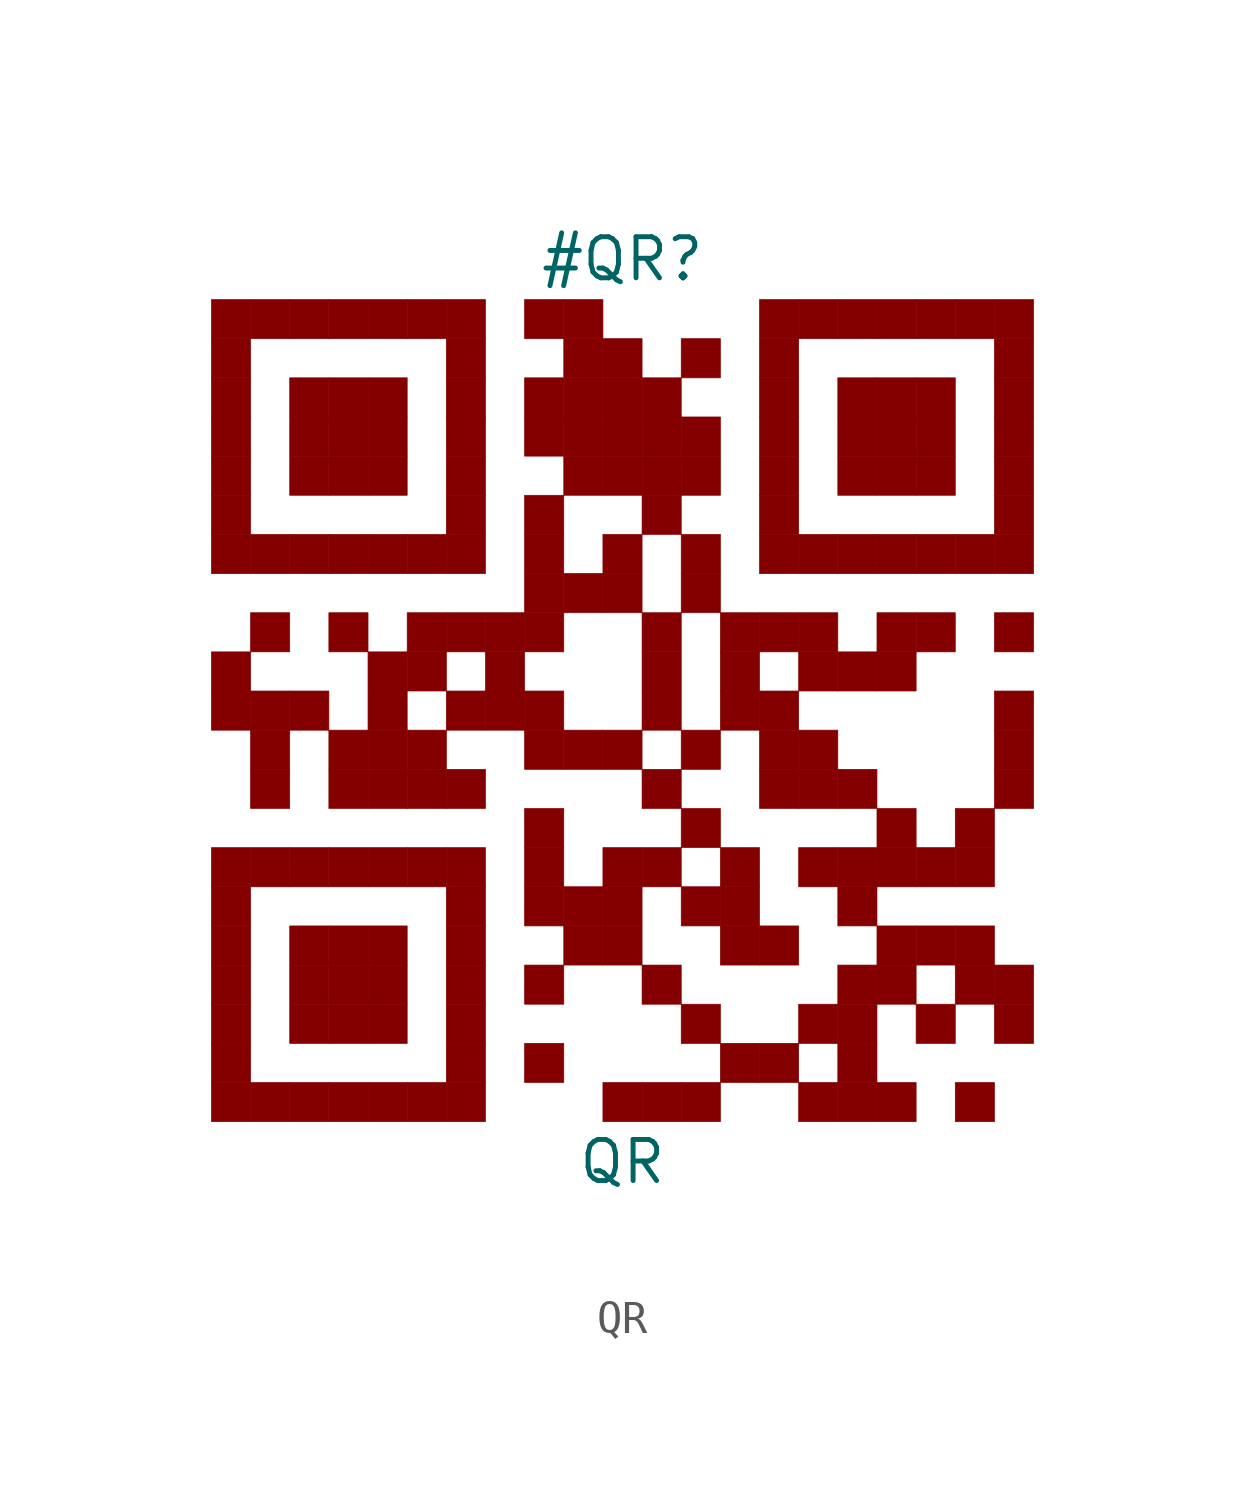
<source format=kicad_sym>
(kicad_symbol_lib
  (version 20211014)
  (generator kibot)
  (symbol "QR"
    (pin_numbers hide)
    (pin_names hide)
    (property "Reference" "#QR"
      (at 0 13.95 0))
    (property "Value" "QR"
      (at 0 -13.95 0))
    (rectangle
      (start -12.7 12.7)
      (end -11.49 11.49)
      (stroke (width 0.001) (type default) (color 0 0 0 0))
      (fill (type outline)))
    (rectangle
      (start -11.49 12.7)
      (end -10.28 11.49)
      (stroke (width 0.001) (type default) (color 0 0 0 0))
      (fill (type outline)))
    (rectangle
      (start -10.28 12.7)
      (end -9.07 11.49)
      (stroke (width 0.001) (type default) (color 0 0 0 0))
      (fill (type outline)))
    (rectangle
      (start -9.07 12.7)
      (end -7.86 11.49)
      (stroke (width 0.001) (type default) (color 0 0 0 0))
      (fill (type outline)))
    (rectangle
      (start -7.86 12.7)
      (end -6.65 11.49)
      (stroke (width 0.001) (type default) (color 0 0 0 0))
      (fill (type outline)))
    (rectangle
      (start -6.65 12.7)
      (end -5.44 11.49)
      (stroke (width 0.001) (type default) (color 0 0 0 0))
      (fill (type outline)))
    (rectangle
      (start -5.44 12.7)
      (end -4.23 11.49)
      (stroke (width 0.001) (type default) (color 0 0 0 0))
      (fill (type outline)))
    (rectangle
      (start -3.02 12.7)
      (end -1.81 11.49)
      (stroke (width 0.001) (type default) (color 0 0 0 0))
      (fill (type outline)))
    (rectangle
      (start -1.81 12.7)
      (end -0.6 11.49)
      (stroke (width 0.001) (type default) (color 0 0 0 0))
      (fill (type outline)))
    (rectangle
      (start 4.24 12.7)
      (end 5.45 11.49)
      (stroke (width 0.001) (type default) (color 0 0 0 0))
      (fill (type outline)))
    (rectangle
      (start 5.45 12.7)
      (end 6.66 11.49)
      (stroke (width 0.001) (type default) (color 0 0 0 0))
      (fill (type outline)))
    (rectangle
      (start 6.66 12.7)
      (end 7.87 11.49)
      (stroke (width 0.001) (type default) (color 0 0 0 0))
      (fill (type outline)))
    (rectangle
      (start 7.87 12.7)
      (end 9.08 11.49)
      (stroke (width 0.001) (type default) (color 0 0 0 0))
      (fill (type outline)))
    (rectangle
      (start 9.08 12.7)
      (end 10.29 11.49)
      (stroke (width 0.001) (type default) (color 0 0 0 0))
      (fill (type outline)))
    (rectangle
      (start 10.29 12.7)
      (end 11.5 11.49)
      (stroke (width 0.001) (type default) (color 0 0 0 0))
      (fill (type outline)))
    (rectangle
      (start 11.5 12.7)
      (end 12.71 11.49)
      (stroke (width 0.001) (type default) (color 0 0 0 0))
      (fill (type outline)))
    (rectangle
      (start -12.7 11.49)
      (end -11.49 10.28)
      (stroke (width 0.001) (type default) (color 0 0 0 0))
      (fill (type outline)))
    (rectangle
      (start -5.44 11.49)
      (end -4.23 10.28)
      (stroke (width 0.001) (type default) (color 0 0 0 0))
      (fill (type outline)))
    (rectangle
      (start -1.81 11.49)
      (end -0.6 10.28)
      (stroke (width 0.001) (type default) (color 0 0 0 0))
      (fill (type outline)))
    (rectangle
      (start -0.6 11.49)
      (end 0.61 10.28)
      (stroke (width 0.001) (type default) (color 0 0 0 0))
      (fill (type outline)))
    (rectangle
      (start 1.82 11.49)
      (end 3.03 10.28)
      (stroke (width 0.001) (type default) (color 0 0 0 0))
      (fill (type outline)))
    (rectangle
      (start 4.24 11.49)
      (end 5.45 10.28)
      (stroke (width 0.001) (type default) (color 0 0 0 0))
      (fill (type outline)))
    (rectangle
      (start 11.5 11.49)
      (end 12.71 10.28)
      (stroke (width 0.001) (type default) (color 0 0 0 0))
      (fill (type outline)))
    (rectangle
      (start -12.7 10.28)
      (end -11.49 9.07)
      (stroke (width 0.001) (type default) (color 0 0 0 0))
      (fill (type outline)))
    (rectangle
      (start -10.28 10.28)
      (end -9.07 9.07)
      (stroke (width 0.001) (type default) (color 0 0 0 0))
      (fill (type outline)))
    (rectangle
      (start -9.07 10.28)
      (end -7.86 9.07)
      (stroke (width 0.001) (type default) (color 0 0 0 0))
      (fill (type outline)))
    (rectangle
      (start -7.86 10.28)
      (end -6.65 9.07)
      (stroke (width 0.001) (type default) (color 0 0 0 0))
      (fill (type outline)))
    (rectangle
      (start -5.44 10.28)
      (end -4.23 9.07)
      (stroke (width 0.001) (type default) (color 0 0 0 0))
      (fill (type outline)))
    (rectangle
      (start -3.02 10.28)
      (end -1.81 9.07)
      (stroke (width 0.001) (type default) (color 0 0 0 0))
      (fill (type outline)))
    (rectangle
      (start -1.81 10.28)
      (end -0.6 9.07)
      (stroke (width 0.001) (type default) (color 0 0 0 0))
      (fill (type outline)))
    (rectangle
      (start -0.6 10.28)
      (end 0.61 9.07)
      (stroke (width 0.001) (type default) (color 0 0 0 0))
      (fill (type outline)))
    (rectangle
      (start 0.61 10.28)
      (end 1.82 9.07)
      (stroke (width 0.001) (type default) (color 0 0 0 0))
      (fill (type outline)))
    (rectangle
      (start 4.24 10.28)
      (end 5.45 9.07)
      (stroke (width 0.001) (type default) (color 0 0 0 0))
      (fill (type outline)))
    (rectangle
      (start 6.66 10.28)
      (end 7.87 9.07)
      (stroke (width 0.001) (type default) (color 0 0 0 0))
      (fill (type outline)))
    (rectangle
      (start 7.87 10.28)
      (end 9.08 9.07)
      (stroke (width 0.001) (type default) (color 0 0 0 0))
      (fill (type outline)))
    (rectangle
      (start 9.08 10.28)
      (end 10.29 9.07)
      (stroke (width 0.001) (type default) (color 0 0 0 0))
      (fill (type outline)))
    (rectangle
      (start 11.5 10.28)
      (end 12.71 9.07)
      (stroke (width 0.001) (type default) (color 0 0 0 0))
      (fill (type outline)))
    (rectangle
      (start -12.7 9.07)
      (end -11.49 7.86)
      (stroke (width 0.001) (type default) (color 0 0 0 0))
      (fill (type outline)))
    (rectangle
      (start -10.28 9.07)
      (end -9.07 7.86)
      (stroke (width 0.001) (type default) (color 0 0 0 0))
      (fill (type outline)))
    (rectangle
      (start -9.07 9.07)
      (end -7.86 7.86)
      (stroke (width 0.001) (type default) (color 0 0 0 0))
      (fill (type outline)))
    (rectangle
      (start -7.86 9.07)
      (end -6.65 7.86)
      (stroke (width 0.001) (type default) (color 0 0 0 0))
      (fill (type outline)))
    (rectangle
      (start -5.44 9.07)
      (end -4.23 7.86)
      (stroke (width 0.001) (type default) (color 0 0 0 0))
      (fill (type outline)))
    (rectangle
      (start -3.02 9.07)
      (end -1.81 7.86)
      (stroke (width 0.001) (type default) (color 0 0 0 0))
      (fill (type outline)))
    (rectangle
      (start -1.81 9.07)
      (end -0.6 7.86)
      (stroke (width 0.001) (type default) (color 0 0 0 0))
      (fill (type outline)))
    (rectangle
      (start -0.6 9.07)
      (end 0.61 7.86)
      (stroke (width 0.001) (type default) (color 0 0 0 0))
      (fill (type outline)))
    (rectangle
      (start 0.61 9.07)
      (end 1.82 7.86)
      (stroke (width 0.001) (type default) (color 0 0 0 0))
      (fill (type outline)))
    (rectangle
      (start 1.82 9.07)
      (end 3.03 7.86)
      (stroke (width 0.001) (type default) (color 0 0 0 0))
      (fill (type outline)))
    (rectangle
      (start 4.24 9.07)
      (end 5.45 7.86)
      (stroke (width 0.001) (type default) (color 0 0 0 0))
      (fill (type outline)))
    (rectangle
      (start 6.66 9.07)
      (end 7.87 7.86)
      (stroke (width 0.001) (type default) (color 0 0 0 0))
      (fill (type outline)))
    (rectangle
      (start 7.87 9.07)
      (end 9.08 7.86)
      (stroke (width 0.001) (type default) (color 0 0 0 0))
      (fill (type outline)))
    (rectangle
      (start 9.08 9.07)
      (end 10.29 7.86)
      (stroke (width 0.001) (type default) (color 0 0 0 0))
      (fill (type outline)))
    (rectangle
      (start 11.5 9.07)
      (end 12.71 7.86)
      (stroke (width 0.001) (type default) (color 0 0 0 0))
      (fill (type outline)))
    (rectangle
      (start -12.7 7.86)
      (end -11.49 6.65)
      (stroke (width 0.001) (type default) (color 0 0 0 0))
      (fill (type outline)))
    (rectangle
      (start -10.28 7.86)
      (end -9.07 6.65)
      (stroke (width 0.001) (type default) (color 0 0 0 0))
      (fill (type outline)))
    (rectangle
      (start -9.07 7.86)
      (end -7.86 6.65)
      (stroke (width 0.001) (type default) (color 0 0 0 0))
      (fill (type outline)))
    (rectangle
      (start -7.86 7.86)
      (end -6.65 6.65)
      (stroke (width 0.001) (type default) (color 0 0 0 0))
      (fill (type outline)))
    (rectangle
      (start -5.44 7.86)
      (end -4.23 6.65)
      (stroke (width 0.001) (type default) (color 0 0 0 0))
      (fill (type outline)))
    (rectangle
      (start -1.81 7.86)
      (end -0.6 6.65)
      (stroke (width 0.001) (type default) (color 0 0 0 0))
      (fill (type outline)))
    (rectangle
      (start -0.6 7.86)
      (end 0.61 6.65)
      (stroke (width 0.001) (type default) (color 0 0 0 0))
      (fill (type outline)))
    (rectangle
      (start 0.61 7.86)
      (end 1.82 6.65)
      (stroke (width 0.001) (type default) (color 0 0 0 0))
      (fill (type outline)))
    (rectangle
      (start 1.82 7.86)
      (end 3.03 6.65)
      (stroke (width 0.001) (type default) (color 0 0 0 0))
      (fill (type outline)))
    (rectangle
      (start 4.24 7.86)
      (end 5.45 6.65)
      (stroke (width 0.001) (type default) (color 0 0 0 0))
      (fill (type outline)))
    (rectangle
      (start 6.66 7.86)
      (end 7.87 6.65)
      (stroke (width 0.001) (type default) (color 0 0 0 0))
      (fill (type outline)))
    (rectangle
      (start 7.87 7.86)
      (end 9.08 6.65)
      (stroke (width 0.001) (type default) (color 0 0 0 0))
      (fill (type outline)))
    (rectangle
      (start 9.08 7.86)
      (end 10.29 6.65)
      (stroke (width 0.001) (type default) (color 0 0 0 0))
      (fill (type outline)))
    (rectangle
      (start 11.5 7.86)
      (end 12.71 6.65)
      (stroke (width 0.001) (type default) (color 0 0 0 0))
      (fill (type outline)))
    (rectangle
      (start -12.7 6.65)
      (end -11.49 5.44)
      (stroke (width 0.001) (type default) (color 0 0 0 0))
      (fill (type outline)))
    (rectangle
      (start -5.44 6.65)
      (end -4.23 5.44)
      (stroke (width 0.001) (type default) (color 0 0 0 0))
      (fill (type outline)))
    (rectangle
      (start -3.02 6.65)
      (end -1.81 5.44)
      (stroke (width 0.001) (type default) (color 0 0 0 0))
      (fill (type outline)))
    (rectangle
      (start 0.61 6.65)
      (end 1.82 5.44)
      (stroke (width 0.001) (type default) (color 0 0 0 0))
      (fill (type outline)))
    (rectangle
      (start 4.24 6.65)
      (end 5.45 5.44)
      (stroke (width 0.001) (type default) (color 0 0 0 0))
      (fill (type outline)))
    (rectangle
      (start 11.5 6.65)
      (end 12.71 5.44)
      (stroke (width 0.001) (type default) (color 0 0 0 0))
      (fill (type outline)))
    (rectangle
      (start -12.7 5.44)
      (end -11.49 4.23)
      (stroke (width 0.001) (type default) (color 0 0 0 0))
      (fill (type outline)))
    (rectangle
      (start -11.49 5.44)
      (end -10.28 4.23)
      (stroke (width 0.001) (type default) (color 0 0 0 0))
      (fill (type outline)))
    (rectangle
      (start -10.28 5.44)
      (end -9.07 4.23)
      (stroke (width 0.001) (type default) (color 0 0 0 0))
      (fill (type outline)))
    (rectangle
      (start -9.07 5.44)
      (end -7.86 4.23)
      (stroke (width 0.001) (type default) (color 0 0 0 0))
      (fill (type outline)))
    (rectangle
      (start -7.86 5.44)
      (end -6.65 4.23)
      (stroke (width 0.001) (type default) (color 0 0 0 0))
      (fill (type outline)))
    (rectangle
      (start -6.65 5.44)
      (end -5.44 4.23)
      (stroke (width 0.001) (type default) (color 0 0 0 0))
      (fill (type outline)))
    (rectangle
      (start -5.44 5.44)
      (end -4.23 4.23)
      (stroke (width 0.001) (type default) (color 0 0 0 0))
      (fill (type outline)))
    (rectangle
      (start -3.02 5.44)
      (end -1.81 4.23)
      (stroke (width 0.001) (type default) (color 0 0 0 0))
      (fill (type outline)))
    (rectangle
      (start -0.6 5.44)
      (end 0.61 4.23)
      (stroke (width 0.001) (type default) (color 0 0 0 0))
      (fill (type outline)))
    (rectangle
      (start 1.82 5.44)
      (end 3.03 4.23)
      (stroke (width 0.001) (type default) (color 0 0 0 0))
      (fill (type outline)))
    (rectangle
      (start 4.24 5.44)
      (end 5.45 4.23)
      (stroke (width 0.001) (type default) (color 0 0 0 0))
      (fill (type outline)))
    (rectangle
      (start 5.45 5.44)
      (end 6.66 4.23)
      (stroke (width 0.001) (type default) (color 0 0 0 0))
      (fill (type outline)))
    (rectangle
      (start 6.66 5.44)
      (end 7.87 4.23)
      (stroke (width 0.001) (type default) (color 0 0 0 0))
      (fill (type outline)))
    (rectangle
      (start 7.87 5.44)
      (end 9.08 4.23)
      (stroke (width 0.001) (type default) (color 0 0 0 0))
      (fill (type outline)))
    (rectangle
      (start 9.08 5.44)
      (end 10.29 4.23)
      (stroke (width 0.001) (type default) (color 0 0 0 0))
      (fill (type outline)))
    (rectangle
      (start 10.29 5.44)
      (end 11.5 4.23)
      (stroke (width 0.001) (type default) (color 0 0 0 0))
      (fill (type outline)))
    (rectangle
      (start 11.5 5.44)
      (end 12.71 4.23)
      (stroke (width 0.001) (type default) (color 0 0 0 0))
      (fill (type outline)))
    (rectangle
      (start -3.02 4.23)
      (end -1.81 3.02)
      (stroke (width 0.001) (type default) (color 0 0 0 0))
      (fill (type outline)))
    (rectangle
      (start -1.81 4.23)
      (end -0.6 3.02)
      (stroke (width 0.001) (type default) (color 0 0 0 0))
      (fill (type outline)))
    (rectangle
      (start -0.6 4.23)
      (end 0.61 3.02)
      (stroke (width 0.001) (type default) (color 0 0 0 0))
      (fill (type outline)))
    (rectangle
      (start 1.82 4.23)
      (end 3.03 3.02)
      (stroke (width 0.001) (type default) (color 0 0 0 0))
      (fill (type outline)))
    (rectangle
      (start -11.49 3.02)
      (end -10.28 1.81)
      (stroke (width 0.001) (type default) (color 0 0 0 0))
      (fill (type outline)))
    (rectangle
      (start -9.07 3.02)
      (end -7.86 1.81)
      (stroke (width 0.001) (type default) (color 0 0 0 0))
      (fill (type outline)))
    (rectangle
      (start -6.65 3.02)
      (end -5.44 1.81)
      (stroke (width 0.001) (type default) (color 0 0 0 0))
      (fill (type outline)))
    (rectangle
      (start -5.44 3.02)
      (end -4.23 1.81)
      (stroke (width 0.001) (type default) (color 0 0 0 0))
      (fill (type outline)))
    (rectangle
      (start -4.23 3.02)
      (end -3.02 1.81)
      (stroke (width 0.001) (type default) (color 0 0 0 0))
      (fill (type outline)))
    (rectangle
      (start -3.02 3.02)
      (end -1.81 1.81)
      (stroke (width 0.001) (type default) (color 0 0 0 0))
      (fill (type outline)))
    (rectangle
      (start 0.61 3.02)
      (end 1.82 1.81)
      (stroke (width 0.001) (type default) (color 0 0 0 0))
      (fill (type outline)))
    (rectangle
      (start 3.03 3.02)
      (end 4.24 1.81)
      (stroke (width 0.001) (type default) (color 0 0 0 0))
      (fill (type outline)))
    (rectangle
      (start 4.24 3.02)
      (end 5.45 1.81)
      (stroke (width 0.001) (type default) (color 0 0 0 0))
      (fill (type outline)))
    (rectangle
      (start 5.45 3.02)
      (end 6.66 1.81)
      (stroke (width 0.001) (type default) (color 0 0 0 0))
      (fill (type outline)))
    (rectangle
      (start 7.87 3.02)
      (end 9.08 1.81)
      (stroke (width 0.001) (type default) (color 0 0 0 0))
      (fill (type outline)))
    (rectangle
      (start 9.08 3.02)
      (end 10.29 1.81)
      (stroke (width 0.001) (type default) (color 0 0 0 0))
      (fill (type outline)))
    (rectangle
      (start 11.5 3.02)
      (end 12.71 1.81)
      (stroke (width 0.001) (type default) (color 0 0 0 0))
      (fill (type outline)))
    (rectangle
      (start -12.7 1.81)
      (end -11.49 0.6)
      (stroke (width 0.001) (type default) (color 0 0 0 0))
      (fill (type outline)))
    (rectangle
      (start -7.86 1.81)
      (end -6.65 0.6)
      (stroke (width 0.001) (type default) (color 0 0 0 0))
      (fill (type outline)))
    (rectangle
      (start -6.65 1.81)
      (end -5.44 0.6)
      (stroke (width 0.001) (type default) (color 0 0 0 0))
      (fill (type outline)))
    (rectangle
      (start -4.23 1.81)
      (end -3.02 0.6)
      (stroke (width 0.001) (type default) (color 0 0 0 0))
      (fill (type outline)))
    (rectangle
      (start 0.61 1.81)
      (end 1.82 0.6)
      (stroke (width 0.001) (type default) (color 0 0 0 0))
      (fill (type outline)))
    (rectangle
      (start 3.03 1.81)
      (end 4.24 0.6)
      (stroke (width 0.001) (type default) (color 0 0 0 0))
      (fill (type outline)))
    (rectangle
      (start 5.45 1.81)
      (end 6.66 0.6)
      (stroke (width 0.001) (type default) (color 0 0 0 0))
      (fill (type outline)))
    (rectangle
      (start 6.66 1.81)
      (end 7.87 0.6)
      (stroke (width 0.001) (type default) (color 0 0 0 0))
      (fill (type outline)))
    (rectangle
      (start 7.87 1.81)
      (end 9.08 0.6)
      (stroke (width 0.001) (type default) (color 0 0 0 0))
      (fill (type outline)))
    (rectangle
      (start -12.7 0.6)
      (end -11.49 -0.61)
      (stroke (width 0.001) (type default) (color 0 0 0 0))
      (fill (type outline)))
    (rectangle
      (start -11.49 0.6)
      (end -10.28 -0.61)
      (stroke (width 0.001) (type default) (color 0 0 0 0))
      (fill (type outline)))
    (rectangle
      (start -10.28 0.6)
      (end -9.07 -0.61)
      (stroke (width 0.001) (type default) (color 0 0 0 0))
      (fill (type outline)))
    (rectangle
      (start -7.86 0.6)
      (end -6.65 -0.61)
      (stroke (width 0.001) (type default) (color 0 0 0 0))
      (fill (type outline)))
    (rectangle
      (start -5.44 0.6)
      (end -4.23 -0.61)
      (stroke (width 0.001) (type default) (color 0 0 0 0))
      (fill (type outline)))
    (rectangle
      (start -4.23 0.6)
      (end -3.02 -0.61)
      (stroke (width 0.001) (type default) (color 0 0 0 0))
      (fill (type outline)))
    (rectangle
      (start -3.02 0.6)
      (end -1.81 -0.61)
      (stroke (width 0.001) (type default) (color 0 0 0 0))
      (fill (type outline)))
    (rectangle
      (start 0.61 0.6)
      (end 1.82 -0.61)
      (stroke (width 0.001) (type default) (color 0 0 0 0))
      (fill (type outline)))
    (rectangle
      (start 3.03 0.6)
      (end 4.24 -0.61)
      (stroke (width 0.001) (type default) (color 0 0 0 0))
      (fill (type outline)))
    (rectangle
      (start 4.24 0.6)
      (end 5.45 -0.61)
      (stroke (width 0.001) (type default) (color 0 0 0 0))
      (fill (type outline)))
    (rectangle
      (start 11.5 0.6)
      (end 12.71 -0.61)
      (stroke (width 0.001) (type default) (color 0 0 0 0))
      (fill (type outline)))
    (rectangle
      (start -11.49 -0.61)
      (end -10.28 -1.82)
      (stroke (width 0.001) (type default) (color 0 0 0 0))
      (fill (type outline)))
    (rectangle
      (start -9.07 -0.61)
      (end -7.86 -1.82)
      (stroke (width 0.001) (type default) (color 0 0 0 0))
      (fill (type outline)))
    (rectangle
      (start -7.86 -0.61)
      (end -6.65 -1.82)
      (stroke (width 0.001) (type default) (color 0 0 0 0))
      (fill (type outline)))
    (rectangle
      (start -6.65 -0.61)
      (end -5.44 -1.82)
      (stroke (width 0.001) (type default) (color 0 0 0 0))
      (fill (type outline)))
    (rectangle
      (start -3.02 -0.61)
      (end -1.81 -1.82)
      (stroke (width 0.001) (type default) (color 0 0 0 0))
      (fill (type outline)))
    (rectangle
      (start -1.81 -0.61)
      (end -0.6 -1.82)
      (stroke (width 0.001) (type default) (color 0 0 0 0))
      (fill (type outline)))
    (rectangle
      (start -0.6 -0.61)
      (end 0.61 -1.82)
      (stroke (width 0.001) (type default) (color 0 0 0 0))
      (fill (type outline)))
    (rectangle
      (start 1.82 -0.61)
      (end 3.03 -1.82)
      (stroke (width 0.001) (type default) (color 0 0 0 0))
      (fill (type outline)))
    (rectangle
      (start 4.24 -0.61)
      (end 5.45 -1.82)
      (stroke (width 0.001) (type default) (color 0 0 0 0))
      (fill (type outline)))
    (rectangle
      (start 5.45 -0.61)
      (end 6.66 -1.82)
      (stroke (width 0.001) (type default) (color 0 0 0 0))
      (fill (type outline)))
    (rectangle
      (start 11.5 -0.61)
      (end 12.71 -1.82)
      (stroke (width 0.001) (type default) (color 0 0 0 0))
      (fill (type outline)))
    (rectangle
      (start -11.49 -1.82)
      (end -10.28 -3.03)
      (stroke (width 0.001) (type default) (color 0 0 0 0))
      (fill (type outline)))
    (rectangle
      (start -9.07 -1.82)
      (end -7.86 -3.03)
      (stroke (width 0.001) (type default) (color 0 0 0 0))
      (fill (type outline)))
    (rectangle
      (start -7.86 -1.82)
      (end -6.65 -3.03)
      (stroke (width 0.001) (type default) (color 0 0 0 0))
      (fill (type outline)))
    (rectangle
      (start -6.65 -1.82)
      (end -5.44 -3.03)
      (stroke (width 0.001) (type default) (color 0 0 0 0))
      (fill (type outline)))
    (rectangle
      (start -5.44 -1.82)
      (end -4.23 -3.03)
      (stroke (width 0.001) (type default) (color 0 0 0 0))
      (fill (type outline)))
    (rectangle
      (start 0.61 -1.82)
      (end 1.82 -3.03)
      (stroke (width 0.001) (type default) (color 0 0 0 0))
      (fill (type outline)))
    (rectangle
      (start 4.24 -1.82)
      (end 5.45 -3.03)
      (stroke (width 0.001) (type default) (color 0 0 0 0))
      (fill (type outline)))
    (rectangle
      (start 5.45 -1.82)
      (end 6.66 -3.03)
      (stroke (width 0.001) (type default) (color 0 0 0 0))
      (fill (type outline)))
    (rectangle
      (start 6.66 -1.82)
      (end 7.87 -3.03)
      (stroke (width 0.001) (type default) (color 0 0 0 0))
      (fill (type outline)))
    (rectangle
      (start 11.5 -1.82)
      (end 12.71 -3.03)
      (stroke (width 0.001) (type default) (color 0 0 0 0))
      (fill (type outline)))
    (rectangle
      (start -3.02 -3.03)
      (end -1.81 -4.24)
      (stroke (width 0.001) (type default) (color 0 0 0 0))
      (fill (type outline)))
    (rectangle
      (start 1.82 -3.03)
      (end 3.03 -4.24)
      (stroke (width 0.001) (type default) (color 0 0 0 0))
      (fill (type outline)))
    (rectangle
      (start 7.87 -3.03)
      (end 9.08 -4.24)
      (stroke (width 0.001) (type default) (color 0 0 0 0))
      (fill (type outline)))
    (rectangle
      (start 10.29 -3.03)
      (end 11.5 -4.24)
      (stroke (width 0.001) (type default) (color 0 0 0 0))
      (fill (type outline)))
    (rectangle
      (start -12.7 -4.24)
      (end -11.49 -5.45)
      (stroke (width 0.001) (type default) (color 0 0 0 0))
      (fill (type outline)))
    (rectangle
      (start -11.49 -4.24)
      (end -10.28 -5.45)
      (stroke (width 0.001) (type default) (color 0 0 0 0))
      (fill (type outline)))
    (rectangle
      (start -10.28 -4.24)
      (end -9.07 -5.45)
      (stroke (width 0.001) (type default) (color 0 0 0 0))
      (fill (type outline)))
    (rectangle
      (start -9.07 -4.24)
      (end -7.86 -5.45)
      (stroke (width 0.001) (type default) (color 0 0 0 0))
      (fill (type outline)))
    (rectangle
      (start -7.86 -4.24)
      (end -6.65 -5.45)
      (stroke (width 0.001) (type default) (color 0 0 0 0))
      (fill (type outline)))
    (rectangle
      (start -6.65 -4.24)
      (end -5.44 -5.45)
      (stroke (width 0.001) (type default) (color 0 0 0 0))
      (fill (type outline)))
    (rectangle
      (start -5.44 -4.24)
      (end -4.23 -5.45)
      (stroke (width 0.001) (type default) (color 0 0 0 0))
      (fill (type outline)))
    (rectangle
      (start -3.02 -4.24)
      (end -1.81 -5.45)
      (stroke (width 0.001) (type default) (color 0 0 0 0))
      (fill (type outline)))
    (rectangle
      (start -0.6 -4.24)
      (end 0.61 -5.45)
      (stroke (width 0.001) (type default) (color 0 0 0 0))
      (fill (type outline)))
    (rectangle
      (start 0.61 -4.24)
      (end 1.82 -5.45)
      (stroke (width 0.001) (type default) (color 0 0 0 0))
      (fill (type outline)))
    (rectangle
      (start 3.03 -4.24)
      (end 4.24 -5.45)
      (stroke (width 0.001) (type default) (color 0 0 0 0))
      (fill (type outline)))
    (rectangle
      (start 5.45 -4.24)
      (end 6.66 -5.45)
      (stroke (width 0.001) (type default) (color 0 0 0 0))
      (fill (type outline)))
    (rectangle
      (start 6.66 -4.24)
      (end 7.87 -5.45)
      (stroke (width 0.001) (type default) (color 0 0 0 0))
      (fill (type outline)))
    (rectangle
      (start 7.87 -4.24)
      (end 9.08 -5.45)
      (stroke (width 0.001) (type default) (color 0 0 0 0))
      (fill (type outline)))
    (rectangle
      (start 9.08 -4.24)
      (end 10.29 -5.45)
      (stroke (width 0.001) (type default) (color 0 0 0 0))
      (fill (type outline)))
    (rectangle
      (start 10.29 -4.24)
      (end 11.5 -5.45)
      (stroke (width 0.001) (type default) (color 0 0 0 0))
      (fill (type outline)))
    (rectangle
      (start -12.7 -5.45)
      (end -11.49 -6.66)
      (stroke (width 0.001) (type default) (color 0 0 0 0))
      (fill (type outline)))
    (rectangle
      (start -5.44 -5.45)
      (end -4.23 -6.66)
      (stroke (width 0.001) (type default) (color 0 0 0 0))
      (fill (type outline)))
    (rectangle
      (start -3.02 -5.45)
      (end -1.81 -6.66)
      (stroke (width 0.001) (type default) (color 0 0 0 0))
      (fill (type outline)))
    (rectangle
      (start -1.81 -5.45)
      (end -0.6 -6.66)
      (stroke (width 0.001) (type default) (color 0 0 0 0))
      (fill (type outline)))
    (rectangle
      (start -0.6 -5.45)
      (end 0.61 -6.66)
      (stroke (width 0.001) (type default) (color 0 0 0 0))
      (fill (type outline)))
    (rectangle
      (start 1.82 -5.45)
      (end 3.03 -6.66)
      (stroke (width 0.001) (type default) (color 0 0 0 0))
      (fill (type outline)))
    (rectangle
      (start 3.03 -5.45)
      (end 4.24 -6.66)
      (stroke (width 0.001) (type default) (color 0 0 0 0))
      (fill (type outline)))
    (rectangle
      (start 6.66 -5.45)
      (end 7.87 -6.66)
      (stroke (width 0.001) (type default) (color 0 0 0 0))
      (fill (type outline)))
    (rectangle
      (start -12.7 -6.66)
      (end -11.49 -7.87)
      (stroke (width 0.001) (type default) (color 0 0 0 0))
      (fill (type outline)))
    (rectangle
      (start -10.28 -6.66)
      (end -9.07 -7.87)
      (stroke (width 0.001) (type default) (color 0 0 0 0))
      (fill (type outline)))
    (rectangle
      (start -9.07 -6.66)
      (end -7.86 -7.87)
      (stroke (width 0.001) (type default) (color 0 0 0 0))
      (fill (type outline)))
    (rectangle
      (start -7.86 -6.66)
      (end -6.65 -7.87)
      (stroke (width 0.001) (type default) (color 0 0 0 0))
      (fill (type outline)))
    (rectangle
      (start -5.44 -6.66)
      (end -4.23 -7.87)
      (stroke (width 0.001) (type default) (color 0 0 0 0))
      (fill (type outline)))
    (rectangle
      (start -1.81 -6.66)
      (end -0.6 -7.87)
      (stroke (width 0.001) (type default) (color 0 0 0 0))
      (fill (type outline)))
    (rectangle
      (start -0.6 -6.66)
      (end 0.61 -7.87)
      (stroke (width 0.001) (type default) (color 0 0 0 0))
      (fill (type outline)))
    (rectangle
      (start 3.03 -6.66)
      (end 4.24 -7.87)
      (stroke (width 0.001) (type default) (color 0 0 0 0))
      (fill (type outline)))
    (rectangle
      (start 4.24 -6.66)
      (end 5.45 -7.87)
      (stroke (width 0.001) (type default) (color 0 0 0 0))
      (fill (type outline)))
    (rectangle
      (start 7.87 -6.66)
      (end 9.08 -7.87)
      (stroke (width 0.001) (type default) (color 0 0 0 0))
      (fill (type outline)))
    (rectangle
      (start 9.08 -6.66)
      (end 10.29 -7.87)
      (stroke (width 0.001) (type default) (color 0 0 0 0))
      (fill (type outline)))
    (rectangle
      (start 10.29 -6.66)
      (end 11.5 -7.87)
      (stroke (width 0.001) (type default) (color 0 0 0 0))
      (fill (type outline)))
    (rectangle
      (start -12.7 -7.87)
      (end -11.49 -9.08)
      (stroke (width 0.001) (type default) (color 0 0 0 0))
      (fill (type outline)))
    (rectangle
      (start -10.28 -7.87)
      (end -9.07 -9.08)
      (stroke (width 0.001) (type default) (color 0 0 0 0))
      (fill (type outline)))
    (rectangle
      (start -9.07 -7.87)
      (end -7.86 -9.08)
      (stroke (width 0.001) (type default) (color 0 0 0 0))
      (fill (type outline)))
    (rectangle
      (start -7.86 -7.87)
      (end -6.65 -9.08)
      (stroke (width 0.001) (type default) (color 0 0 0 0))
      (fill (type outline)))
    (rectangle
      (start -5.44 -7.87)
      (end -4.23 -9.08)
      (stroke (width 0.001) (type default) (color 0 0 0 0))
      (fill (type outline)))
    (rectangle
      (start -3.02 -7.87)
      (end -1.81 -9.08)
      (stroke (width 0.001) (type default) (color 0 0 0 0))
      (fill (type outline)))
    (rectangle
      (start 0.61 -7.87)
      (end 1.82 -9.08)
      (stroke (width 0.001) (type default) (color 0 0 0 0))
      (fill (type outline)))
    (rectangle
      (start 6.66 -7.87)
      (end 7.87 -9.08)
      (stroke (width 0.001) (type default) (color 0 0 0 0))
      (fill (type outline)))
    (rectangle
      (start 7.87 -7.87)
      (end 9.08 -9.08)
      (stroke (width 0.001) (type default) (color 0 0 0 0))
      (fill (type outline)))
    (rectangle
      (start 10.29 -7.87)
      (end 11.5 -9.08)
      (stroke (width 0.001) (type default) (color 0 0 0 0))
      (fill (type outline)))
    (rectangle
      (start 11.5 -7.87)
      (end 12.71 -9.08)
      (stroke (width 0.001) (type default) (color 0 0 0 0))
      (fill (type outline)))
    (rectangle
      (start -12.7 -9.08)
      (end -11.49 -10.29)
      (stroke (width 0.001) (type default) (color 0 0 0 0))
      (fill (type outline)))
    (rectangle
      (start -10.28 -9.08)
      (end -9.07 -10.29)
      (stroke (width 0.001) (type default) (color 0 0 0 0))
      (fill (type outline)))
    (rectangle
      (start -9.07 -9.08)
      (end -7.86 -10.29)
      (stroke (width 0.001) (type default) (color 0 0 0 0))
      (fill (type outline)))
    (rectangle
      (start -7.86 -9.08)
      (end -6.65 -10.29)
      (stroke (width 0.001) (type default) (color 0 0 0 0))
      (fill (type outline)))
    (rectangle
      (start -5.44 -9.08)
      (end -4.23 -10.29)
      (stroke (width 0.001) (type default) (color 0 0 0 0))
      (fill (type outline)))
    (rectangle
      (start 1.82 -9.08)
      (end 3.03 -10.29)
      (stroke (width 0.001) (type default) (color 0 0 0 0))
      (fill (type outline)))
    (rectangle
      (start 5.45 -9.08)
      (end 6.66 -10.29)
      (stroke (width 0.001) (type default) (color 0 0 0 0))
      (fill (type outline)))
    (rectangle
      (start 6.66 -9.08)
      (end 7.87 -10.29)
      (stroke (width 0.001) (type default) (color 0 0 0 0))
      (fill (type outline)))
    (rectangle
      (start 9.08 -9.08)
      (end 10.29 -10.29)
      (stroke (width 0.001) (type default) (color 0 0 0 0))
      (fill (type outline)))
    (rectangle
      (start 11.5 -9.08)
      (end 12.71 -10.29)
      (stroke (width 0.001) (type default) (color 0 0 0 0))
      (fill (type outline)))
    (rectangle
      (start -12.7 -10.29)
      (end -11.49 -11.5)
      (stroke (width 0.001) (type default) (color 0 0 0 0))
      (fill (type outline)))
    (rectangle
      (start -5.44 -10.29)
      (end -4.23 -11.5)
      (stroke (width 0.001) (type default) (color 0 0 0 0))
      (fill (type outline)))
    (rectangle
      (start -3.02 -10.29)
      (end -1.81 -11.5)
      (stroke (width 0.001) (type default) (color 0 0 0 0))
      (fill (type outline)))
    (rectangle
      (start 3.03 -10.29)
      (end 4.24 -11.5)
      (stroke (width 0.001) (type default) (color 0 0 0 0))
      (fill (type outline)))
    (rectangle
      (start 4.24 -10.29)
      (end 5.45 -11.5)
      (stroke (width 0.001) (type default) (color 0 0 0 0))
      (fill (type outline)))
    (rectangle
      (start 6.66 -10.29)
      (end 7.87 -11.5)
      (stroke (width 0.001) (type default) (color 0 0 0 0))
      (fill (type outline)))
    (rectangle
      (start -12.7 -11.5)
      (end -11.49 -12.71)
      (stroke (width 0.001) (type default) (color 0 0 0 0))
      (fill (type outline)))
    (rectangle
      (start -11.49 -11.5)
      (end -10.28 -12.71)
      (stroke (width 0.001) (type default) (color 0 0 0 0))
      (fill (type outline)))
    (rectangle
      (start -10.28 -11.5)
      (end -9.07 -12.71)
      (stroke (width 0.001) (type default) (color 0 0 0 0))
      (fill (type outline)))
    (rectangle
      (start -9.07 -11.5)
      (end -7.86 -12.71)
      (stroke (width 0.001) (type default) (color 0 0 0 0))
      (fill (type outline)))
    (rectangle
      (start -7.86 -11.5)
      (end -6.65 -12.71)
      (stroke (width 0.001) (type default) (color 0 0 0 0))
      (fill (type outline)))
    (rectangle
      (start -6.65 -11.5)
      (end -5.44 -12.71)
      (stroke (width 0.001) (type default) (color 0 0 0 0))
      (fill (type outline)))
    (rectangle
      (start -5.44 -11.5)
      (end -4.23 -12.71)
      (stroke (width 0.001) (type default) (color 0 0 0 0))
      (fill (type outline)))
    (rectangle
      (start -0.6 -11.5)
      (end 0.61 -12.71)
      (stroke (width 0.001) (type default) (color 0 0 0 0))
      (fill (type outline)))
    (rectangle
      (start 0.61 -11.5)
      (end 1.82 -12.71)
      (stroke (width 0.001) (type default) (color 0 0 0 0))
      (fill (type outline)))
    (rectangle
      (start 1.82 -11.5)
      (end 3.03 -12.71)
      (stroke (width 0.001) (type default) (color 0 0 0 0))
      (fill (type outline)))
    (rectangle
      (start 5.45 -11.5)
      (end 6.66 -12.71)
      (stroke (width 0.001) (type default) (color 0 0 0 0))
      (fill (type outline)))
    (rectangle
      (start 6.66 -11.5)
      (end 7.87 -12.71)
      (stroke (width 0.001) (type default) (color 0 0 0 0))
      (fill (type outline)))
    (rectangle
      (start 7.87 -11.5)
      (end 9.08 -12.71)
      (stroke (width 0.001) (type default) (color 0 0 0 0))
      (fill (type outline)))
    (rectangle
      (start 10.29 -11.5)
      (end 11.5 -12.71)
      (stroke (width 0.001) (type default) (color 0 0 0 0))
      (fill (type outline)))))
</source>
